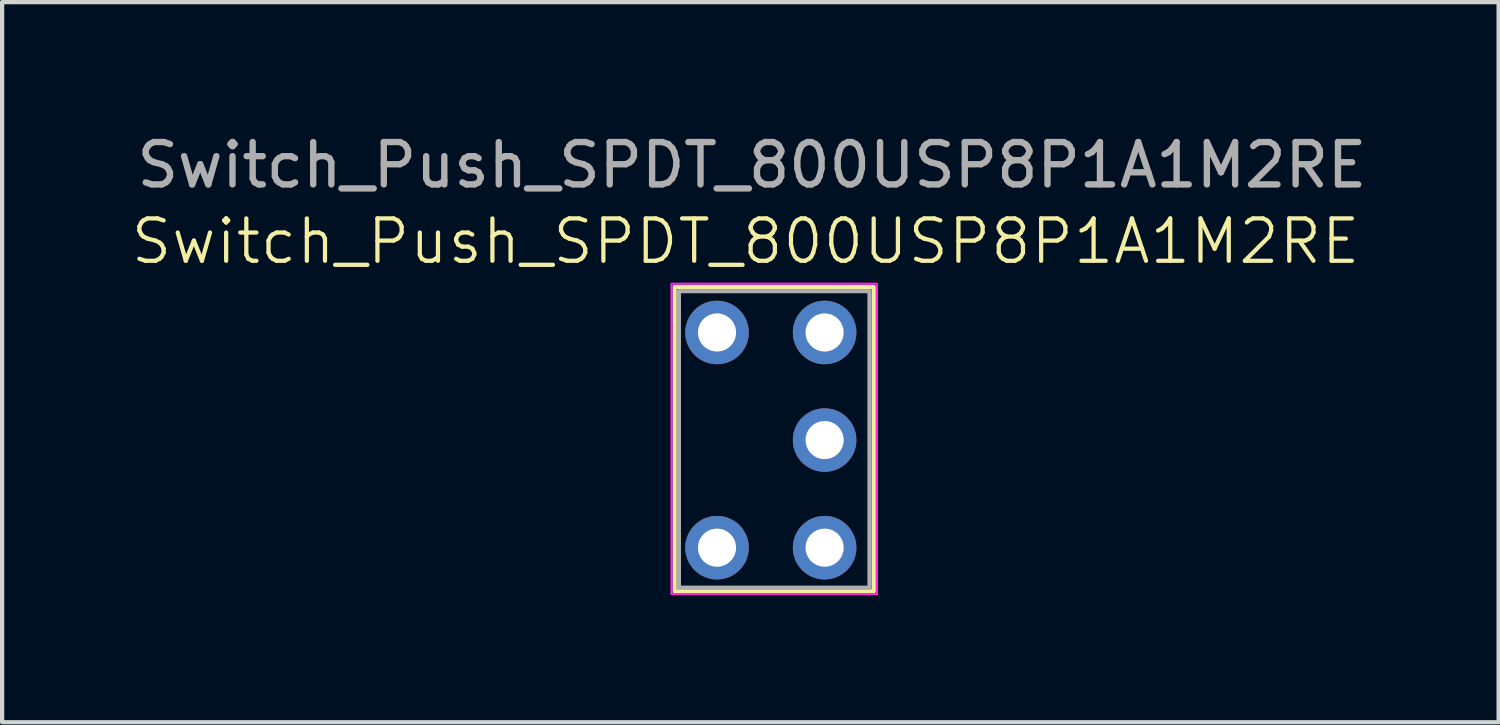
<source format=kicad_pcb>
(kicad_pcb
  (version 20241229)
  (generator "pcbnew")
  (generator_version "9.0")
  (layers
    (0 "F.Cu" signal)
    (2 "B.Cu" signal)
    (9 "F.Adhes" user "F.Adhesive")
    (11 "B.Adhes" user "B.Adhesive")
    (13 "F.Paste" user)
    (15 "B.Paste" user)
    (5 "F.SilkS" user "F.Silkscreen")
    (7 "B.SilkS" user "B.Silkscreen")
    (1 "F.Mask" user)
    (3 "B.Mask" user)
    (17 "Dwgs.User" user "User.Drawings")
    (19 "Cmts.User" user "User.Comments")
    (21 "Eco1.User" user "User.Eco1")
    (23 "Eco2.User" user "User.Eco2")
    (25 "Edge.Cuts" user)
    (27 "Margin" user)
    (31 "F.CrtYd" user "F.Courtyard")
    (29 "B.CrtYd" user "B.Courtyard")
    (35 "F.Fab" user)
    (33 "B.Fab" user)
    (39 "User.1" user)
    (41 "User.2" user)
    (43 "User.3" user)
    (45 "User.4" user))
  (footprint "Switch_Push_SPDT_800USP8P1A1M2RE"
    (layer "F.Cu")
    (at 13.875 4.798)
    (property "Reference" "Switch_Push_SPDT_800USP8P1A1M2RE" (at 0.675 -2.15 0) (unlocked yes) (layer "F.SilkS") (effects (font (size 1 1) (thickness 0.1))))
    (attr through_hole)
    (fp_rect (start -1 -1.075) (end 3.7 6.11) (stroke (width 0.1) (type default)) (fill no) (layer "F.SilkS"))
    (fp_rect (start -1.075 -1.15) (end 3.775 6.175) (stroke (width 0.05) (type default)) (fill no) (layer "F.CrtYd"))
    (fp_rect (start -0.9 -0.975) (end 3.6 6.025) (stroke (width 0.1) (type default)) (fill no) (layer "F.Fab"))
    (fp_text user "${REFERENCE}" (at 0.825 -3.95 0) (unlocked yes) (layer "F.Fab") (effects (font (size 1 1) (thickness 0.15))))
    (pad "1" thru_hole circle (at 0 0) (size 1.5 1.5) (drill 0.9) (layers "*.Cu" "*.Mask"))
    (pad "3" thru_hole circle (at 0 5.08) (size 1.5 1.5) (drill 0.9) (layers "*.Cu" "*.Mask"))
    (pad "4" thru_hole circle (at 2.54 5.08) (size 1.5 1.5) (drill 0.9) (layers "*.Cu" "*.Mask"))
    (pad "5" thru_hole circle (at 2.54 2.54) (size 1.5 1.5) (drill 0.9) (layers "*.Cu" "*.Mask"))
    (pad "6" thru_hole circle (at 2.54 0) (size 1.5 1.5) (drill 0.9) (layers "*.Cu" "*.Mask")))
  (gr_rect
    (start -3 -3)
    (end 32.325 13.998)
    (stroke (width 0.1) (type default))
    (fill no)
    (layer "Edge.Cuts")))
</source>
